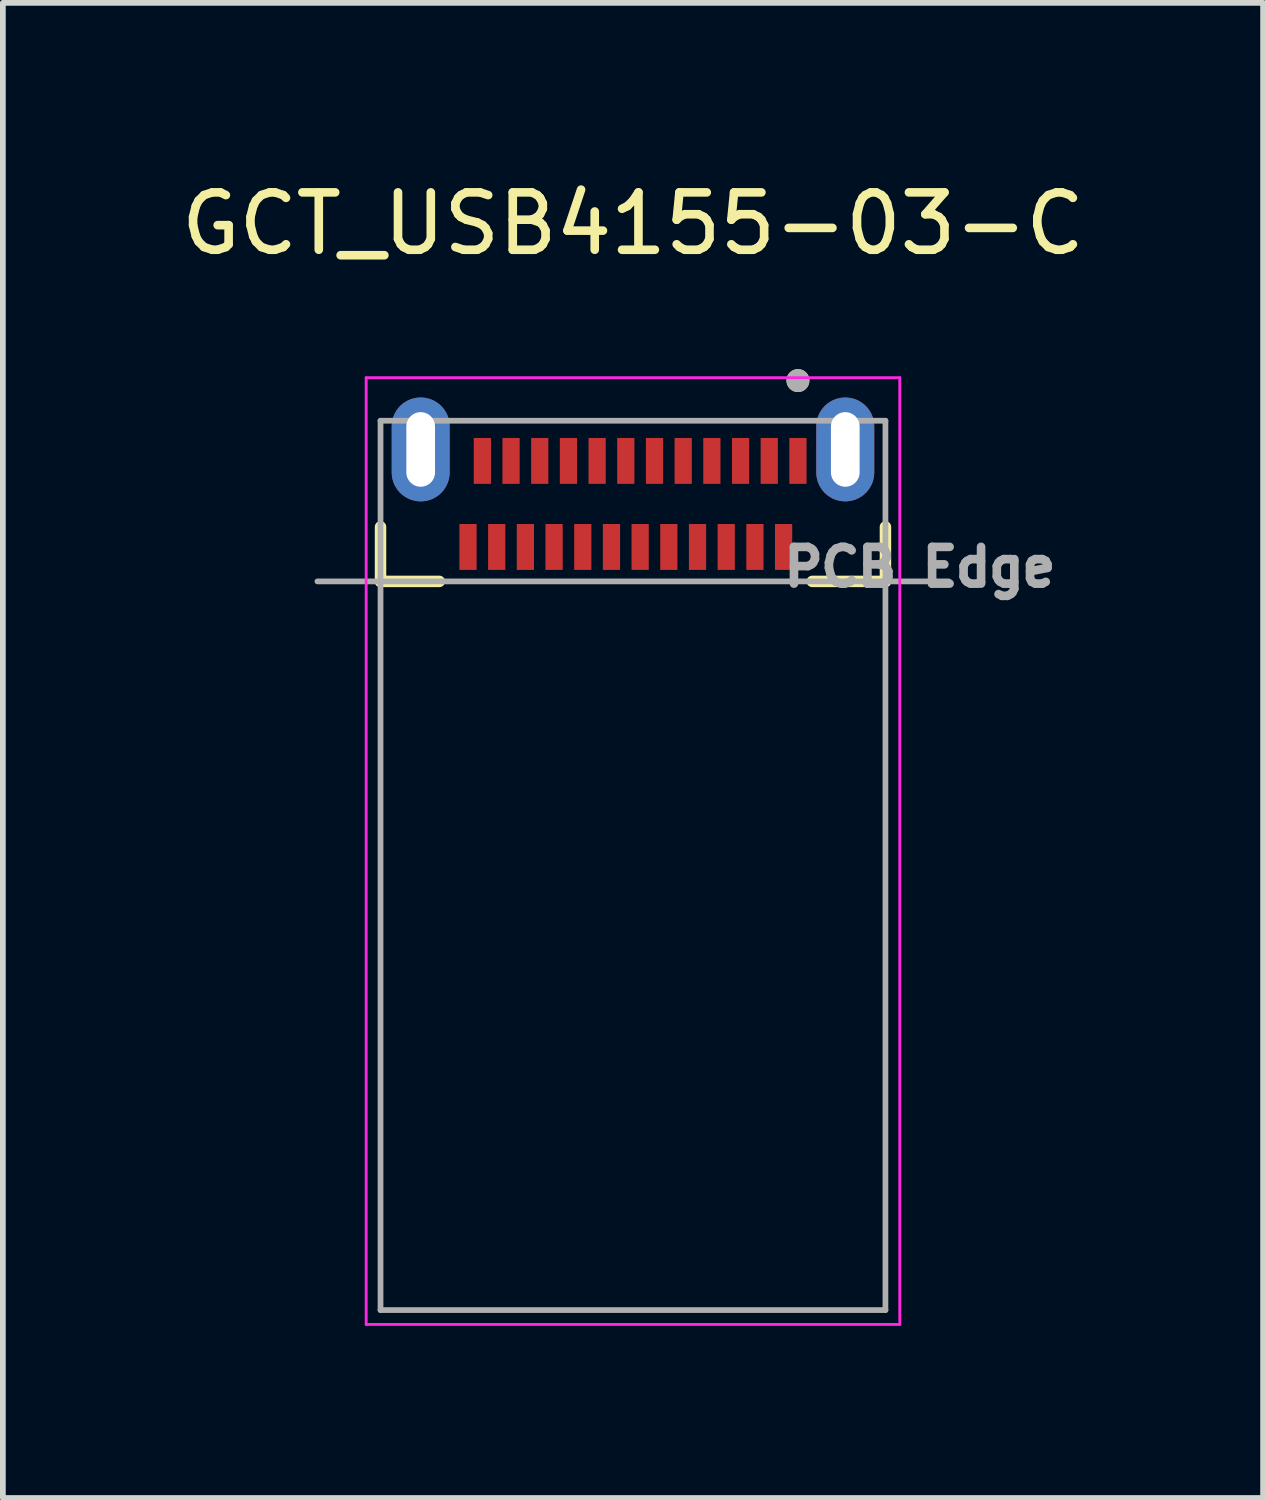
<source format=kicad_pcb>
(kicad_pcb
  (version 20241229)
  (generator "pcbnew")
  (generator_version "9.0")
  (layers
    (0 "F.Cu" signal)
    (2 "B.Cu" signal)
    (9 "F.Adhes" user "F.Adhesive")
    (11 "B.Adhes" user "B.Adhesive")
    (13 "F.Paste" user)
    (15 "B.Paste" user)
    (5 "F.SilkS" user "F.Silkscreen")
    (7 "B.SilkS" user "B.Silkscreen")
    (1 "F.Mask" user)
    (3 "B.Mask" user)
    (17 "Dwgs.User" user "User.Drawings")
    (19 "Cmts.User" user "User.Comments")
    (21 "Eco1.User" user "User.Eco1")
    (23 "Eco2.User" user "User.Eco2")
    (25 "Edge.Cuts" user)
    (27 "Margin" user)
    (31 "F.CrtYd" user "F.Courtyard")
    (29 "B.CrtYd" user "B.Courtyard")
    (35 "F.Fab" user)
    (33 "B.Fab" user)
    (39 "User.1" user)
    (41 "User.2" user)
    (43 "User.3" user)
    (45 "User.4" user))
  (footprint "GCT_USB4155-03-C"
    (layer "F.Cu")
    (at 7.982 5.733)
    (property "Reference" "GCT_USB4155-03-C" (at 0 -4.885 0) (layer "F.SilkS") (effects (font (size 1 1) (thickness 0.15))))
    (attr smd)
    (fp_poly (pts (xy -3.7 -1.95) (xy -3.731 -1.949) (xy -3.763 -1.947) (xy -3.794 -1.943) (xy -3.825 -1.937) (xy -3.855 -1.93) (xy -3.885 -1.921) (xy -3.915 -1.91) (xy -3.944 -1.898) (xy -3.972 -1.885) (xy -4 -1.87) (xy -4.027 -1.853) (xy -4.053 -1.835) (xy -4.078 -1.816) (xy -4.101 -1.796) (xy -4.124 -1.774) (xy -4.146 -1.751) (xy -4.166 -1.728) (xy -4.185 -1.703) (xy -4.203 -1.677) (xy -4.22 -1.65) (xy -4.235 -1.622) (xy -4.248 -1.594) (xy -4.26 -1.565) (xy -4.271 -1.535) (xy -4.28 -1.505) (xy -4.287 -1.475) (xy -4.293 -1.444) (xy -4.297 -1.413) (xy -4.299 -1.381) (xy -4.3 -1.35) (xy -4.3 -0.55) (xy -4.299 -0.519) (xy -4.297 -0.487) (xy -4.293 -0.456) (xy -4.287 -0.425) (xy -4.28 -0.395) (xy -4.271 -0.365) (xy -4.26 -0.335) (xy -4.248 -0.306) (xy -4.235 -0.278) (xy -4.22 -0.25) (xy -4.203 -0.223) (xy -4.185 -0.197) (xy -4.166 -0.172) (xy -4.146 -0.149) (xy -4.124 -0.126) (xy -4.101 -0.104) (xy -4.078 -0.084) (xy -4.053 -0.065) (xy -4.027 -0.047) (xy -4 -0.03) (xy -3.972 -0.015) (xy -3.944 -0.002) (xy -3.915 0.01) (xy -3.885 0.021) (xy -3.855 0.03) (xy -3.825 0.037) (xy -3.794 0.043) (xy -3.763 0.047) (xy -3.731 0.049) (xy -3.7 0.05) (xy -3.669 0.049) (xy -3.637 0.047) (xy -3.606 0.043) (xy -3.575 0.037) (xy -3.545 0.03) (xy -3.515 0.021) (xy -3.485 0.01) (xy -3.456 -0.002) (xy -3.428 -0.015) (xy -3.4 -0.03) (xy -3.373 -0.047) (xy -3.347 -0.065) (xy -3.322 -0.084) (xy -3.299 -0.104) (xy -3.276 -0.126) (xy -3.254 -0.149) (xy -3.234 -0.172) (xy -3.215 -0.197) (xy -3.197 -0.223) (xy -3.18 -0.25) (xy -3.165 -0.278) (xy -3.152 -0.306) (xy -3.14 -0.335) (xy -3.129 -0.365) (xy -3.12 -0.395) (xy -3.113 -0.425) (xy -3.107 -0.456) (xy -3.103 -0.487) (xy -3.101 -0.519) (xy -3.1 -0.55) (xy -3.1 -1.35) (xy -3.101 -1.381) (xy -3.103 -1.413) (xy -3.107 -1.444) (xy -3.113 -1.475) (xy -3.12 -1.505) (xy -3.129 -1.535) (xy -3.14 -1.565) (xy -3.152 -1.594) (xy -3.165 -1.622) (xy -3.18 -1.65) (xy -3.197 -1.677) (xy -3.215 -1.703) (xy -3.234 -1.728) (xy -3.254 -1.751) (xy -3.276 -1.774) (xy -3.299 -1.796) (xy -3.322 -1.816) (xy -3.347 -1.835) (xy -3.373 -1.853) (xy -3.4 -1.87) (xy -3.428 -1.885) (xy -3.456 -1.898) (xy -3.485 -1.91) (xy -3.515 -1.921) (xy -3.545 -1.93) (xy -3.575 -1.937) (xy -3.606 -1.943) (xy -3.637 -1.947) (xy -3.669 -1.949) (xy -3.7 -1.95)) (stroke (width 0.01) (type solid)) (fill yes) (layer "F.Mask"))
    (fp_poly (pts (xy 3.7 -1.95) (xy 3.669 -1.949) (xy 3.637 -1.947) (xy 3.606 -1.943) (xy 3.575 -1.937) (xy 3.545 -1.93) (xy 3.515 -1.921) (xy 3.485 -1.91) (xy 3.456 -1.898) (xy 3.428 -1.885) (xy 3.4 -1.87) (xy 3.373 -1.853) (xy 3.347 -1.835) (xy 3.322 -1.816) (xy 3.299 -1.796) (xy 3.276 -1.774) (xy 3.254 -1.751) (xy 3.234 -1.728) (xy 3.215 -1.703) (xy 3.197 -1.677) (xy 3.18 -1.65) (xy 3.165 -1.622) (xy 3.152 -1.594) (xy 3.14 -1.565) (xy 3.129 -1.535) (xy 3.12 -1.505) (xy 3.113 -1.475) (xy 3.107 -1.444) (xy 3.103 -1.413) (xy 3.101 -1.381) (xy 3.1 -1.35) (xy 3.1 -0.55) (xy 3.101 -0.519) (xy 3.103 -0.487) (xy 3.107 -0.456) (xy 3.113 -0.425) (xy 3.12 -0.395) (xy 3.129 -0.365) (xy 3.14 -0.335) (xy 3.152 -0.306) (xy 3.165 -0.278) (xy 3.18 -0.25) (xy 3.197 -0.223) (xy 3.215 -0.197) (xy 3.234 -0.172) (xy 3.254 -0.149) (xy 3.276 -0.126) (xy 3.299 -0.104) (xy 3.322 -0.084) (xy 3.347 -0.065) (xy 3.373 -0.047) (xy 3.4 -0.03) (xy 3.428 -0.015) (xy 3.456 -0.002) (xy 3.485 0.01) (xy 3.515 0.021) (xy 3.545 0.03) (xy 3.575 0.037) (xy 3.606 0.043) (xy 3.637 0.047) (xy 3.669 0.049) (xy 3.7 0.05) (xy 3.731 0.049) (xy 3.763 0.047) (xy 3.794 0.043) (xy 3.825 0.037) (xy 3.855 0.03) (xy 3.885 0.021) (xy 3.915 0.01) (xy 3.944 -0.002) (xy 3.972 -0.015) (xy 4 -0.03) (xy 4.027 -0.047) (xy 4.053 -0.065) (xy 4.078 -0.084) (xy 4.101 -0.104) (xy 4.124 -0.126) (xy 4.146 -0.149) (xy 4.166 -0.172) (xy 4.185 -0.197) (xy 4.203 -0.223) (xy 4.22 -0.25) (xy 4.235 -0.278) (xy 4.248 -0.306) (xy 4.26 -0.335) (xy 4.271 -0.365) (xy 4.28 -0.395) (xy 4.287 -0.425) (xy 4.293 -0.456) (xy 4.297 -0.487) (xy 4.299 -0.519) (xy 4.3 -0.55) (xy 4.3 -1.35) (xy 4.299 -1.381) (xy 4.297 -1.413) (xy 4.293 -1.444) (xy 4.287 -1.475) (xy 4.28 -1.505) (xy 4.271 -1.535) (xy 4.26 -1.565) (xy 4.248 -1.594) (xy 4.235 -1.622) (xy 4.22 -1.65) (xy 4.203 -1.677) (xy 4.185 -1.703) (xy 4.166 -1.728) (xy 4.146 -1.751) (xy 4.124 -1.774) (xy 4.101 -1.796) (xy 4.078 -1.816) (xy 4.053 -1.835) (xy 4.027 -1.853) (xy 4 -1.87) (xy 3.972 -1.885) (xy 3.944 -1.898) (xy 3.915 -1.91) (xy 3.885 -1.921) (xy 3.855 -1.93) (xy 3.825 -1.937) (xy 3.794 -1.943) (xy 3.763 -1.947) (xy 3.731 -1.949) (xy 3.7 -1.95)) (stroke (width 0.01) (type solid)) (fill yes) (layer "F.Mask"))
    (fp_poly (pts (xy -3.7 -1.95) (xy -3.731 -1.949) (xy -3.763 -1.947) (xy -3.794 -1.943) (xy -3.825 -1.937) (xy -3.855 -1.93) (xy -3.885 -1.921) (xy -3.915 -1.91) (xy -3.944 -1.898) (xy -3.972 -1.885) (xy -4 -1.87) (xy -4.027 -1.853) (xy -4.053 -1.835) (xy -4.078 -1.816) (xy -4.101 -1.796) (xy -4.124 -1.774) (xy -4.146 -1.751) (xy -4.166 -1.728) (xy -4.185 -1.703) (xy -4.203 -1.677) (xy -4.22 -1.65) (xy -4.235 -1.622) (xy -4.248 -1.594) (xy -4.26 -1.565) (xy -4.271 -1.535) (xy -4.28 -1.505) (xy -4.287 -1.475) (xy -4.293 -1.444) (xy -4.297 -1.413) (xy -4.299 -1.381) (xy -4.3 -1.35) (xy -4.3 -0.55) (xy -4.299 -0.519) (xy -4.297 -0.487) (xy -4.293 -0.456) (xy -4.287 -0.425) (xy -4.28 -0.395) (xy -4.271 -0.365) (xy -4.26 -0.335) (xy -4.248 -0.306) (xy -4.235 -0.278) (xy -4.22 -0.25) (xy -4.203 -0.223) (xy -4.185 -0.197) (xy -4.166 -0.172) (xy -4.146 -0.149) (xy -4.124 -0.126) (xy -4.101 -0.104) (xy -4.078 -0.084) (xy -4.053 -0.065) (xy -4.027 -0.047) (xy -4 -0.03) (xy -3.972 -0.015) (xy -3.944 -0.002) (xy -3.915 0.01) (xy -3.885 0.021) (xy -3.855 0.03) (xy -3.825 0.037) (xy -3.794 0.043) (xy -3.763 0.047) (xy -3.731 0.049) (xy -3.7 0.05) (xy -3.669 0.049) (xy -3.637 0.047) (xy -3.606 0.043) (xy -3.575 0.037) (xy -3.545 0.03) (xy -3.515 0.021) (xy -3.485 0.01) (xy -3.456 -0.002) (xy -3.428 -0.015) (xy -3.4 -0.03) (xy -3.373 -0.047) (xy -3.347 -0.065) (xy -3.322 -0.084) (xy -3.299 -0.104) (xy -3.276 -0.126) (xy -3.254 -0.149) (xy -3.234 -0.172) (xy -3.215 -0.197) (xy -3.197 -0.223) (xy -3.18 -0.25) (xy -3.165 -0.278) (xy -3.152 -0.306) (xy -3.14 -0.335) (xy -3.129 -0.365) (xy -3.12 -0.395) (xy -3.113 -0.425) (xy -3.107 -0.456) (xy -3.103 -0.487) (xy -3.101 -0.519) (xy -3.1 -0.55) (xy -3.1 -1.35) (xy -3.101 -1.381) (xy -3.103 -1.413) (xy -3.107 -1.444) (xy -3.113 -1.475) (xy -3.12 -1.505) (xy -3.129 -1.535) (xy -3.14 -1.565) (xy -3.152 -1.594) (xy -3.165 -1.622) (xy -3.18 -1.65) (xy -3.197 -1.677) (xy -3.215 -1.703) (xy -3.234 -1.728) (xy -3.254 -1.751) (xy -3.276 -1.774) (xy -3.299 -1.796) (xy -3.322 -1.816) (xy -3.347 -1.835) (xy -3.373 -1.853) (xy -3.4 -1.87) (xy -3.428 -1.885) (xy -3.456 -1.898) (xy -3.485 -1.91) (xy -3.515 -1.921) (xy -3.545 -1.93) (xy -3.575 -1.937) (xy -3.606 -1.943) (xy -3.637 -1.947) (xy -3.669 -1.949) (xy -3.7 -1.95)) (stroke (width 0.01) (type solid)) (fill yes) (layer "B.Mask"))
    (fp_poly (pts (xy 3.7 -1.95) (xy 3.669 -1.949) (xy 3.637 -1.947) (xy 3.606 -1.943) (xy 3.575 -1.937) (xy 3.545 -1.93) (xy 3.515 -1.921) (xy 3.485 -1.91) (xy 3.456 -1.898) (xy 3.428 -1.885) (xy 3.4 -1.87) (xy 3.373 -1.853) (xy 3.347 -1.835) (xy 3.322 -1.816) (xy 3.299 -1.796) (xy 3.276 -1.774) (xy 3.254 -1.751) (xy 3.234 -1.728) (xy 3.215 -1.703) (xy 3.197 -1.677) (xy 3.18 -1.65) (xy 3.165 -1.622) (xy 3.152 -1.594) (xy 3.14 -1.565) (xy 3.129 -1.535) (xy 3.12 -1.505) (xy 3.113 -1.475) (xy 3.107 -1.444) (xy 3.103 -1.413) (xy 3.101 -1.381) (xy 3.1 -1.35) (xy 3.1 -0.55) (xy 3.101 -0.519) (xy 3.103 -0.487) (xy 3.107 -0.456) (xy 3.113 -0.425) (xy 3.12 -0.395) (xy 3.129 -0.365) (xy 3.14 -0.335) (xy 3.152 -0.306) (xy 3.165 -0.278) (xy 3.18 -0.25) (xy 3.197 -0.223) (xy 3.215 -0.197) (xy 3.234 -0.172) (xy 3.254 -0.149) (xy 3.276 -0.126) (xy 3.299 -0.104) (xy 3.322 -0.084) (xy 3.347 -0.065) (xy 3.373 -0.047) (xy 3.4 -0.03) (xy 3.428 -0.015) (xy 3.456 -0.002) (xy 3.485 0.01) (xy 3.515 0.021) (xy 3.545 0.03) (xy 3.575 0.037) (xy 3.606 0.043) (xy 3.637 0.047) (xy 3.669 0.049) (xy 3.7 0.05) (xy 3.731 0.049) (xy 3.763 0.047) (xy 3.794 0.043) (xy 3.825 0.037) (xy 3.855 0.03) (xy 3.885 0.021) (xy 3.915 0.01) (xy 3.944 -0.002) (xy 3.972 -0.015) (xy 4 -0.03) (xy 4.027 -0.047) (xy 4.053 -0.065) (xy 4.078 -0.084) (xy 4.101 -0.104) (xy 4.124 -0.126) (xy 4.146 -0.149) (xy 4.166 -0.172) (xy 4.185 -0.197) (xy 4.203 -0.223) (xy 4.22 -0.25) (xy 4.235 -0.278) (xy 4.248 -0.306) (xy 4.26 -0.335) (xy 4.271 -0.365) (xy 4.28 -0.395) (xy 4.287 -0.425) (xy 4.293 -0.456) (xy 4.297 -0.487) (xy 4.299 -0.519) (xy 4.3 -0.55) (xy 4.3 -1.35) (xy 4.299 -1.381) (xy 4.297 -1.413) (xy 4.293 -1.444) (xy 4.287 -1.475) (xy 4.28 -1.505) (xy 4.271 -1.535) (xy 4.26 -1.565) (xy 4.248 -1.594) (xy 4.235 -1.622) (xy 4.22 -1.65) (xy 4.203 -1.677) (xy 4.185 -1.703) (xy 4.166 -1.728) (xy 4.146 -1.751) (xy 4.124 -1.774) (xy 4.101 -1.796) (xy 4.078 -1.816) (xy 4.053 -1.835) (xy 4.027 -1.853) (xy 4 -1.87) (xy 3.972 -1.885) (xy 3.944 -1.898) (xy 3.915 -1.91) (xy 3.885 -1.921) (xy 3.855 -1.93) (xy 3.825 -1.937) (xy 3.794 -1.943) (xy 3.763 -1.947) (xy 3.731 -1.949) (xy 3.7 -1.95)) (stroke (width 0.01) (type solid)) (fill yes) (layer "B.Mask"))
    (fp_line (start -4.4 1.35) (end -4.4 0.4) (stroke (width 0.2) (type solid)) (layer "F.SilkS"))
    (fp_line (start -4.4 1.35) (end -3.375 1.35) (stroke (width 0.2) (type solid)) (layer "F.SilkS"))
    (fp_line (start 3.125 1.35) (end 4.4 1.35) (stroke (width 0.2) (type solid)) (layer "F.SilkS"))
    (fp_line (start 4.4 1.35) (end 4.4 0.4) (stroke (width 0.2) (type solid)) (layer "F.SilkS"))
    (fp_circle (center 2.875 -2.15) (end 2.975 -2.15) (stroke (width 0.2) (type solid)) (fill no) (layer "F.SilkS"))
    (fp_line (start -4.65 -2.2) (end 4.65 -2.2) (stroke (width 0.05) (type solid)) (layer "F.CrtYd"))
    (fp_line (start -4.65 14.3) (end -4.65 -2.2) (stroke (width 0.05) (type solid)) (layer "F.CrtYd"))
    (fp_line (start -4.65 14.3) (end 4.65 14.3) (stroke (width 0.05) (type solid)) (layer "F.CrtYd"))
    (fp_line (start 4.65 14.3) (end 4.65 -2.2) (stroke (width 0.05) (type solid)) (layer "F.CrtYd"))
    (fp_line (start -5.5 1.35) (end 5.5 1.35) (stroke (width 0.1) (type solid)) (layer "F.Fab"))
    (fp_line (start -4.4 -1.45) (end 4.4 -1.45) (stroke (width 0.1) (type solid)) (layer "F.Fab"))
    (fp_line (start -4.4 14.05) (end -4.4 -1.45) (stroke (width 0.1) (type solid)) (layer "F.Fab"))
    (fp_line (start -4.4 14.05) (end 4.4 14.05) (stroke (width 0.1) (type solid)) (layer "F.Fab"))
    (fp_line (start 4.4 14.05) (end 4.4 -1.45) (stroke (width 0.1) (type solid)) (layer "F.Fab"))
    (fp_circle (center 2.875 -2.15) (end 2.975 -2.15) (stroke (width 0.2) (type solid)) (fill no) (layer "F.Fab"))
    (fp_text user "PCB Edge" (at 5 1.1 0) (layer "F.Fab") (effects (font (size 0.64 0.64) (thickness 0.15))))
    (pad "A1" smd rect (at 2.875 -0.75) (size 0.3 0.8) (layers "F.Cu" "F.Mask" "F.Paste"))
    (pad "A2" smd rect (at 2.375 -0.75) (size 0.3 0.8) (layers "F.Cu" "F.Mask" "F.Paste"))
    (pad "A3" smd rect (at 1.875 -0.75) (size 0.3 0.8) (layers "F.Cu" "F.Mask" "F.Paste"))
    (pad "A4" smd rect (at 1.375 -0.75) (size 0.3 0.8) (layers "F.Cu" "F.Mask" "F.Paste"))
    (pad "A5" smd rect (at 0.875 -0.75) (size 0.3 0.8) (layers "F.Cu" "F.Mask" "F.Paste"))
    (pad "A6" smd rect (at 0.375 -0.75) (size 0.3 0.8) (layers "F.Cu" "F.Mask" "F.Paste"))
    (pad "A7" smd rect (at -0.125 -0.75) (size 0.3 0.8) (layers "F.Cu" "F.Mask" "F.Paste"))
    (pad "A8" smd rect (at -0.625 -0.75) (size 0.3 0.8) (layers "F.Cu" "F.Mask" "F.Paste"))
    (pad "A9" smd rect (at -1.125 -0.75) (size 0.3 0.8) (layers "F.Cu" "F.Mask" "F.Paste"))
    (pad "A10" smd rect (at -1.625 -0.75) (size 0.3 0.8) (layers "F.Cu" "F.Mask" "F.Paste"))
    (pad "A11" smd rect (at -2.125 -0.75) (size 0.3 0.8) (layers "F.Cu" "F.Mask" "F.Paste"))
    (pad "A12" smd rect (at -2.625 -0.75) (size 0.3 0.8) (layers "F.Cu" "F.Mask" "F.Paste"))
    (pad "B1" smd rect (at -2.875 0.75) (size 0.3 0.8) (layers "F.Cu" "F.Mask" "F.Paste"))
    (pad "B2" smd rect (at -2.375 0.75) (size 0.3 0.8) (layers "F.Cu" "F.Mask" "F.Paste"))
    (pad "B3" smd rect (at -1.875 0.75) (size 0.3 0.8) (layers "F.Cu" "F.Mask" "F.Paste"))
    (pad "B4" smd rect (at -1.375 0.75) (size 0.3 0.8) (layers "F.Cu" "F.Mask" "F.Paste"))
    (pad "B5" smd rect (at -0.875 0.75) (size 0.3 0.8) (layers "F.Cu" "F.Mask" "F.Paste"))
    (pad "B6" smd rect (at -0.375 0.75) (size 0.3 0.8) (layers "F.Cu" "F.Mask" "F.Paste"))
    (pad "B7" smd rect (at 0.125 0.75) (size 0.3 0.8) (layers "F.Cu" "F.Mask" "F.Paste"))
    (pad "B8" smd rect (at 0.625 0.75) (size 0.3 0.8) (layers "F.Cu" "F.Mask" "F.Paste"))
    (pad "B9" smd rect (at 1.125 0.75) (size 0.3 0.8) (layers "F.Cu" "F.Mask" "F.Paste"))
    (pad "B10" smd rect (at 1.625 0.75) (size 0.3 0.8) (layers "F.Cu" "F.Mask" "F.Paste"))
    (pad "B11" smd rect (at 2.125 0.75) (size 0.3 0.8) (layers "F.Cu" "F.Mask" "F.Paste"))
    (pad "B12" smd rect (at 2.625 0.75) (size 0.3 0.8) (layers "F.Cu" "F.Mask" "F.Paste"))
    (pad "S1" thru_hole custom (at -3.7 -0.95) (size 0.8 1.6) (drill oval 0.5 1.3) (layers "*.Cu") (options (anchor circle)) (primitives (gr_poly (pts (xy 0 -0.9) (xy -0.026 -0.899) (xy -0.052 -0.897) (xy -0.078 -0.894) (xy -0.104 -0.889) (xy -0.129 -0.883) (xy -0.155 -0.876) (xy -0.179 -0.867) (xy -0.203 -0.857) (xy -0.227 -0.846) (xy -0.25 -0.833) (xy -0.272 -0.819) (xy -0.294 -0.805) (xy -0.315 -0.789) (xy -0.335 -0.772) (xy -0.354 -0.754) (xy -0.372 -0.735) (xy -0.389 -0.715) (xy -0.405 -0.694) (xy -0.419 -0.672) (xy -0.433 -0.65) (xy -0.446 -0.627) (xy -0.457 -0.603) (xy -0.467 -0.579) (xy -0.476 -0.555) (xy -0.483 -0.529) (xy -0.489 -0.504) (xy -0.494 -0.478) (xy -0.497 -0.452) (xy -0.499 -0.426) (xy -0.5 -0.4) (xy -0.5 0.4) (xy -0.499 0.426) (xy -0.497 0.452) (xy -0.494 0.478) (xy -0.489 0.504) (xy -0.483 0.529) (xy -0.476 0.555) (xy -0.467 0.579) (xy -0.457 0.603) (xy -0.446 0.627) (xy -0.433 0.65) (xy -0.419 0.672) (xy -0.405 0.694) (xy -0.389 0.715) (xy -0.372 0.735) (xy -0.354 0.754) (xy -0.335 0.772) (xy -0.315 0.789) (xy -0.294 0.805) (xy -0.272 0.819) (xy -0.25 0.833) (xy -0.227 0.846) (xy -0.203 0.857) (xy -0.179 0.867) (xy -0.155 0.876) (xy -0.129 0.883) (xy -0.104 0.889) (xy -0.078 0.894) (xy -0.052 0.897) (xy -0.026 0.899) (xy 0 0.9) (xy 0.026 0.899) (xy 0.052 0.897) (xy 0.078 0.894) (xy 0.104 0.889) (xy 0.129 0.883) (xy 0.155 0.876) (xy 0.179 0.867) (xy 0.203 0.857) (xy 0.227 0.846) (xy 0.25 0.833) (xy 0.272 0.819) (xy 0.294 0.805) (xy 0.315 0.789) (xy 0.335 0.772) (xy 0.354 0.754) (xy 0.372 0.735) (xy 0.389 0.715) (xy 0.405 0.694) (xy 0.419 0.672) (xy 0.433 0.65) (xy 0.446 0.627) (xy 0.457 0.603) (xy 0.467 0.579) (xy 0.476 0.555) (xy 0.483 0.529) (xy 0.489 0.504) (xy 0.494 0.478) (xy 0.497 0.452) (xy 0.499 0.426) (xy 0.5 0.4) (xy 0.5 -0.4) (xy 0.499 -0.426) (xy 0.497 -0.452) (xy 0.494 -0.478) (xy 0.489 -0.504) (xy 0.483 -0.529) (xy 0.476 -0.555) (xy 0.467 -0.579) (xy 0.457 -0.603) (xy 0.446 -0.627) (xy 0.433 -0.65) (xy 0.419 -0.672) (xy 0.405 -0.694) (xy 0.389 -0.715) (xy 0.372 -0.735) (xy 0.354 -0.754) (xy 0.335 -0.772) (xy 0.315 -0.789) (xy 0.294 -0.805) (xy 0.272 -0.819) (xy 0.25 -0.833) (xy 0.227 -0.846) (xy 0.203 -0.857) (xy 0.179 -0.867) (xy 0.155 -0.876) (xy 0.129 -0.883) (xy 0.104 -0.889) (xy 0.078 -0.894) (xy 0.052 -0.897) (xy 0.026 -0.899) (xy 0 -0.9)) (width 0.01) (fill yes))))
    (pad "S2" thru_hole custom (at 3.7 -0.95) (size 0.8 1.6) (drill oval 0.5 1.3) (layers "*.Cu") (options (anchor circle)) (primitives (gr_poly (pts (xy 0 -0.9) (xy -0.026 -0.899) (xy -0.052 -0.897) (xy -0.078 -0.894) (xy -0.104 -0.889) (xy -0.129 -0.883) (xy -0.155 -0.876) (xy -0.179 -0.867) (xy -0.203 -0.857) (xy -0.227 -0.846) (xy -0.25 -0.833) (xy -0.272 -0.819) (xy -0.294 -0.805) (xy -0.315 -0.789) (xy -0.335 -0.772) (xy -0.354 -0.754) (xy -0.372 -0.735) (xy -0.389 -0.715) (xy -0.405 -0.694) (xy -0.419 -0.672) (xy -0.433 -0.65) (xy -0.446 -0.627) (xy -0.457 -0.603) (xy -0.467 -0.579) (xy -0.476 -0.555) (xy -0.483 -0.529) (xy -0.489 -0.504) (xy -0.494 -0.478) (xy -0.497 -0.452) (xy -0.499 -0.426) (xy -0.5 -0.4) (xy -0.5 0.4) (xy -0.499 0.426) (xy -0.497 0.452) (xy -0.494 0.478) (xy -0.489 0.504) (xy -0.483 0.529) (xy -0.476 0.555) (xy -0.467 0.579) (xy -0.457 0.603) (xy -0.446 0.627) (xy -0.433 0.65) (xy -0.419 0.672) (xy -0.405 0.694) (xy -0.389 0.715) (xy -0.372 0.735) (xy -0.354 0.754) (xy -0.335 0.772) (xy -0.315 0.789) (xy -0.294 0.805) (xy -0.272 0.819) (xy -0.25 0.833) (xy -0.227 0.846) (xy -0.203 0.857) (xy -0.179 0.867) (xy -0.155 0.876) (xy -0.129 0.883) (xy -0.104 0.889) (xy -0.078 0.894) (xy -0.052 0.897) (xy -0.026 0.899) (xy 0 0.9) (xy 0.026 0.899) (xy 0.052 0.897) (xy 0.078 0.894) (xy 0.104 0.889) (xy 0.129 0.883) (xy 0.155 0.876) (xy 0.179 0.867) (xy 0.203 0.857) (xy 0.227 0.846) (xy 0.25 0.833) (xy 0.272 0.819) (xy 0.294 0.805) (xy 0.315 0.789) (xy 0.335 0.772) (xy 0.354 0.754) (xy 0.372 0.735) (xy 0.389 0.715) (xy 0.405 0.694) (xy 0.419 0.672) (xy 0.433 0.65) (xy 0.446 0.627) (xy 0.457 0.603) (xy 0.467 0.579) (xy 0.476 0.555) (xy 0.483 0.529) (xy 0.489 0.504) (xy 0.494 0.478) (xy 0.497 0.452) (xy 0.499 0.426) (xy 0.5 0.4) (xy 0.5 -0.4) (xy 0.499 -0.426) (xy 0.497 -0.452) (xy 0.494 -0.478) (xy 0.489 -0.504) (xy 0.483 -0.529) (xy 0.476 -0.555) (xy 0.467 -0.579) (xy 0.457 -0.603) (xy 0.446 -0.627) (xy 0.433 -0.65) (xy 0.419 -0.672) (xy 0.405 -0.694) (xy 0.389 -0.715) (xy 0.372 -0.735) (xy 0.354 -0.754) (xy 0.335 -0.772) (xy 0.315 -0.789) (xy 0.294 -0.805) (xy 0.272 -0.819) (xy 0.25 -0.833) (xy 0.227 -0.846) (xy 0.203 -0.857) (xy 0.179 -0.867) (xy 0.155 -0.876) (xy 0.129 -0.883) (xy 0.104 -0.889) (xy 0.078 -0.894) (xy 0.052 -0.897) (xy 0.026 -0.899) (xy 0 -0.9)) (width 0.01) (fill yes)))))
  (gr_rect
    (start -3 -3)
    (end 18.964 23.058)
    (stroke (width 0.1) (type default))
    (fill no)
    (layer "Edge.Cuts")))
</source>
